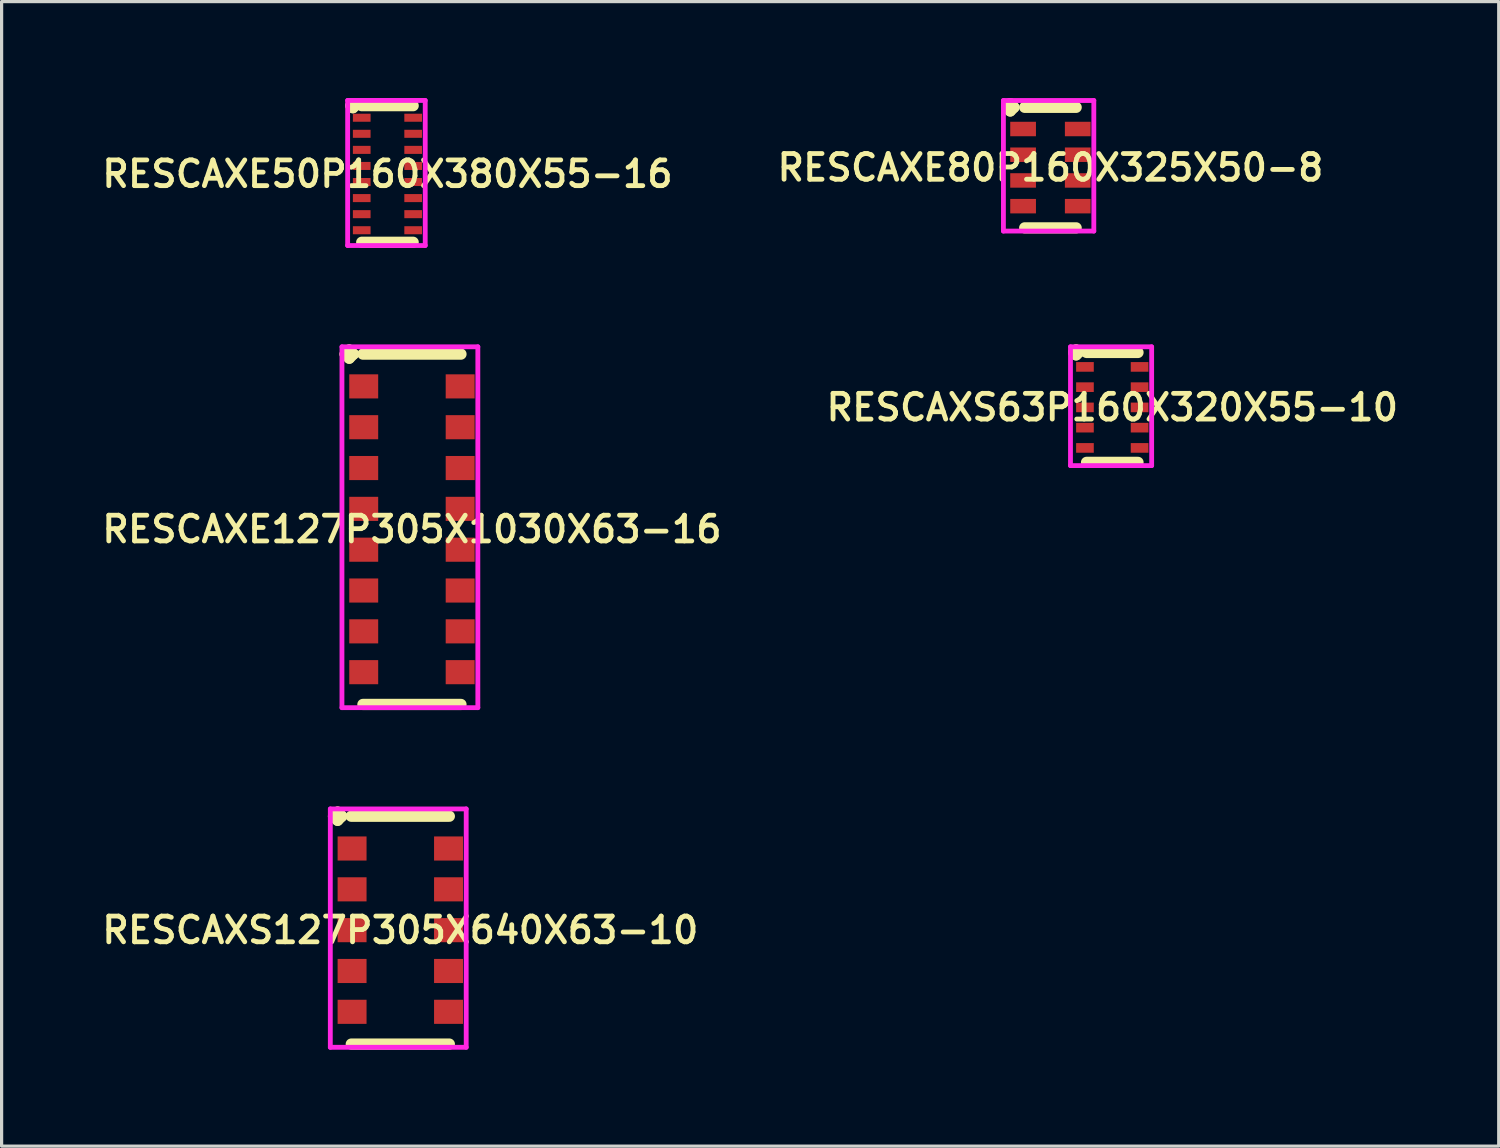
<source format=kicad_pcb>
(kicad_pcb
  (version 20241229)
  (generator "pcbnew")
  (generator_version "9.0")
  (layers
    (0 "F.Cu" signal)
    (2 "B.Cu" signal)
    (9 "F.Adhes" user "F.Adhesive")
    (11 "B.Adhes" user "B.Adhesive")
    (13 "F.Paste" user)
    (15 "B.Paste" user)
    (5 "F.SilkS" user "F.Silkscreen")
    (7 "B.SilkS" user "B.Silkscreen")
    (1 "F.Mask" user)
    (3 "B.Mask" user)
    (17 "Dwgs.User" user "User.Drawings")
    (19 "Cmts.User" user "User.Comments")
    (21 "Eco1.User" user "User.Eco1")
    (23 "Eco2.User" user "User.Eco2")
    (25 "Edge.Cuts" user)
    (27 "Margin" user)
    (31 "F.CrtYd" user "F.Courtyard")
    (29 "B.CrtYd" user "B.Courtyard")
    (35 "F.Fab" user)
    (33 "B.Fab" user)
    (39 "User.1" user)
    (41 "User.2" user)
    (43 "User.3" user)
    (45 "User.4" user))
  (footprint "RESCAXE127P305X1030X63-16"
    (layer "F.Cu")
    (at 9.764 13.414)
    (property "Reference" "RESCAXE127P305X1030X63-16" (at 0 0 0) (layer "F.SilkS") (effects (font (size 0.8 0.8) (thickness 0.15))))
    (attr smd)
    (fp_line (start -2.077 -5.449) (end -1.95 -5.576) (stroke (width 0.35) (type solid)) (layer "F.SilkS"))
    (fp_line (start -1.95 -5.576) (end -1.823 -5.449) (stroke (width 0.35) (type solid)) (layer "F.SilkS"))
    (fp_line (start -1.95 -5.322) (end -2.077 -5.449) (stroke (width 0.35) (type solid)) (layer "F.SilkS"))
    (fp_line (start -1.823 -5.449) (end -1.95 -5.322) (stroke (width 0.35) (type solid)) (layer "F.SilkS"))
    (fp_line (start -1.525 -5.449) (end 1.525 -5.449) (stroke (width 0.35) (type solid)) (layer "F.SilkS"))
    (fp_line (start -1.525 5.449) (end 1.525 5.449) (stroke (width 0.35) (type solid)) (layer "F.SilkS"))
    (fp_line (start -2.177 -5.676) (end 2.05 -5.676) (stroke (width 0.15) (type solid)) (layer "F.CrtYd"))
    (fp_line (start -2.177 5.549) (end -2.177 -5.676) (stroke (width 0.15) (type solid)) (layer "F.CrtYd"))
    (fp_line (start 2.05 -5.676) (end 2.05 5.549) (stroke (width 0.15) (type solid)) (layer "F.CrtYd"))
    (fp_line (start 2.05 5.549) (end -2.177 5.549) (stroke (width 0.15) (type solid)) (layer "F.CrtYd"))
    (pad "1" smd rect (at -1.5 -4.445) (size 0.9 0.75) (layers "F.Cu" "F.Mask" "F.Paste"))
    (pad "2" smd rect (at -1.5 -3.175) (size 0.9 0.75) (layers "F.Cu" "F.Mask" "F.Paste"))
    (pad "3" smd rect (at -1.5 -1.905) (size 0.9 0.75) (layers "F.Cu" "F.Mask" "F.Paste"))
    (pad "4" smd rect (at -1.5 -0.635) (size 0.9 0.75) (layers "F.Cu" "F.Mask" "F.Paste"))
    (pad "5" smd rect (at -1.5 0.635) (size 0.9 0.75) (layers "F.Cu" "F.Mask" "F.Paste"))
    (pad "6" smd rect (at -1.5 1.905) (size 0.9 0.75) (layers "F.Cu" "F.Mask" "F.Paste"))
    (pad "7" smd rect (at -1.5 3.175) (size 0.9 0.75) (layers "F.Cu" "F.Mask" "F.Paste"))
    (pad "8" smd rect (at -1.5 4.445) (size 0.9 0.75) (layers "F.Cu" "F.Mask" "F.Paste"))
    (pad "9" smd rect (at 1.5 4.445) (size 0.9 0.75) (layers "F.Cu" "F.Mask" "F.Paste"))
    (pad "10" smd rect (at 1.5 3.175) (size 0.9 0.75) (layers "F.Cu" "F.Mask" "F.Paste"))
    (pad "11" smd rect (at 1.5 1.905) (size 0.9 0.75) (layers "F.Cu" "F.Mask" "F.Paste"))
    (pad "12" smd rect (at 1.5 0.635) (size 0.9 0.75) (layers "F.Cu" "F.Mask" "F.Paste"))
    (pad "13" smd rect (at 1.5 -0.635) (size 0.9 0.75) (layers "F.Cu" "F.Mask" "F.Paste"))
    (pad "14" smd rect (at 1.5 -1.905) (size 0.9 0.75) (layers "F.Cu" "F.Mask" "F.Paste"))
    (pad "15" smd rect (at 1.5 -3.175) (size 0.9 0.75) (layers "F.Cu" "F.Mask" "F.Paste"))
    (pad "16" smd rect (at 1.5 -4.445) (size 0.9 0.75) (layers "F.Cu" "F.Mask" "F.Paste")))
  (footprint "RESCAXE80P160X325X50-8"
    (layer "F.Cu")
    (at 29.625 2.163)
    (property "Reference" "RESCAXE80P160X325X50-8" (at 0 0 0) (layer "F.SilkS") (effects (font (size 0.8 0.8) (thickness 0.15))))
    (attr smd)
    (fp_line (start -1.363 -1.875) (end -1.25 -1.988) (stroke (width 0.35) (type solid)) (layer "F.SilkS"))
    (fp_line (start -1.25 -1.988) (end -1.137 -1.875) (stroke (width 0.35) (type solid)) (layer "F.SilkS"))
    (fp_line (start -1.25 -1.762) (end -1.363 -1.875) (stroke (width 0.35) (type solid)) (layer "F.SilkS"))
    (fp_line (start -1.137 -1.875) (end -1.25 -1.762) (stroke (width 0.35) (type solid)) (layer "F.SilkS"))
    (fp_line (start -0.8 -1.875) (end 0.8 -1.875) (stroke (width 0.35) (type solid)) (layer "F.SilkS"))
    (fp_line (start -0.8 1.875) (end 0.8 1.875) (stroke (width 0.35) (type solid)) (layer "F.SilkS"))
    (fp_line (start -1.462 -2.087) (end 1.35 -2.087) (stroke (width 0.15) (type solid)) (layer "F.CrtYd"))
    (fp_line (start -1.462 1.975) (end -1.462 -2.087) (stroke (width 0.15) (type solid)) (layer "F.CrtYd"))
    (fp_line (start 1.35 -2.087) (end 1.35 1.975) (stroke (width 0.15) (type solid)) (layer "F.CrtYd"))
    (fp_line (start 1.35 1.975) (end -1.462 1.975) (stroke (width 0.15) (type solid)) (layer "F.CrtYd"))
    (pad "1" smd rect (at -0.85 -1.2) (size 0.8 0.45) (layers "F.Cu" "F.Mask" "F.Paste"))
    (pad "2" smd rect (at -0.85 -0.4) (size 0.8 0.45) (layers "F.Cu" "F.Mask" "F.Paste"))
    (pad "3" smd rect (at -0.85 0.4) (size 0.8 0.45) (layers "F.Cu" "F.Mask" "F.Paste"))
    (pad "4" smd rect (at -0.85 1.2) (size 0.8 0.45) (layers "F.Cu" "F.Mask" "F.Paste"))
    (pad "5" smd rect (at 0.85 1.2) (size 0.8 0.45) (layers "F.Cu" "F.Mask" "F.Paste"))
    (pad "6" smd rect (at 0.85 0.4) (size 0.8 0.45) (layers "F.Cu" "F.Mask" "F.Paste"))
    (pad "7" smd rect (at 0.85 -0.4) (size 0.8 0.45) (layers "F.Cu" "F.Mask" "F.Paste"))
    (pad "8" smd rect (at 0.85 -1.2) (size 0.8 0.45) (layers "F.Cu" "F.Mask" "F.Paste")))
  (footprint "RESCAXS127P305X640X63-10"
    (layer "F.Cu")
    (at 9.402 25.884)
    (property "Reference" "RESCAXS127P305X640X63-10" (at 0 0 0) (layer "F.SilkS") (effects (font (size 0.8 0.8) (thickness 0.15))))
    (attr smd)
    (fp_line (start -2.077 -3.544) (end -1.95 -3.671) (stroke (width 0.35) (type solid)) (layer "F.SilkS"))
    (fp_line (start -1.95 -3.671) (end -1.823 -3.544) (stroke (width 0.35) (type solid)) (layer "F.SilkS"))
    (fp_line (start -1.95 -3.417) (end -2.077 -3.544) (stroke (width 0.35) (type solid)) (layer "F.SilkS"))
    (fp_line (start -1.823 -3.544) (end -1.95 -3.417) (stroke (width 0.35) (type solid)) (layer "F.SilkS"))
    (fp_line (start -1.525 -3.544) (end 1.525 -3.544) (stroke (width 0.35) (type solid)) (layer "F.SilkS"))
    (fp_line (start -1.525 3.544) (end 1.525 3.544) (stroke (width 0.35) (type solid)) (layer "F.SilkS"))
    (fp_line (start -2.177 -3.771) (end 2.05 -3.771) (stroke (width 0.15) (type solid)) (layer "F.CrtYd"))
    (fp_line (start -2.177 3.644) (end -2.177 -3.771) (stroke (width 0.15) (type solid)) (layer "F.CrtYd"))
    (fp_line (start 2.05 -3.771) (end 2.05 3.644) (stroke (width 0.15) (type solid)) (layer "F.CrtYd"))
    (fp_line (start 2.05 3.644) (end -2.177 3.644) (stroke (width 0.15) (type solid)) (layer "F.CrtYd"))
    (pad "1" smd rect (at -1.5 -2.54) (size 0.9 0.75) (layers "F.Cu" "F.Mask" "F.Paste"))
    (pad "2" smd rect (at -1.5 -1.27) (size 0.9 0.75) (layers "F.Cu" "F.Mask" "F.Paste"))
    (pad "3" smd rect (at -1.5 0) (size 0.9 0.75) (layers "F.Cu" "F.Mask" "F.Paste"))
    (pad "4" smd rect (at -1.5 1.27) (size 0.9 0.75) (layers "F.Cu" "F.Mask" "F.Paste"))
    (pad "5" smd rect (at -1.5 2.54) (size 0.9 0.75) (layers "F.Cu" "F.Mask" "F.Paste"))
    (pad "6" smd rect (at 1.5 2.54) (size 0.9 0.75) (layers "F.Cu" "F.Mask" "F.Paste"))
    (pad "7" smd rect (at 1.5 1.27) (size 0.9 0.75) (layers "F.Cu" "F.Mask" "F.Paste"))
    (pad "8" smd rect (at 1.5 0) (size 0.9 0.75) (layers "F.Cu" "F.Mask" "F.Paste"))
    (pad "9" smd rect (at 1.5 -1.27) (size 0.9 0.75) (layers "F.Cu" "F.Mask" "F.Paste"))
    (pad "10" smd rect (at 1.5 -2.54) (size 0.9 0.75) (layers "F.Cu" "F.Mask" "F.Paste")))
  (footprint "RESCAXE50P160X380X55-16"
    (layer "F.Cu")
    (at 9.002 2.362)
    (property "Reference" "RESCAXE50P160X380X55-16" (at 0 0 0) (layer "F.SilkS") (effects (font (size 0.8 0.8) (thickness 0.15))))
    (attr smd)
    (fp_line (start -1.137 -2.125) (end -1.075 -2.188) (stroke (width 0.35) (type solid)) (layer "F.SilkS"))
    (fp_line (start -1.075 -2.188) (end -1.012 -2.125) (stroke (width 0.35) (type solid)) (layer "F.SilkS"))
    (fp_line (start -1.075 -2.062) (end -1.137 -2.125) (stroke (width 0.35) (type solid)) (layer "F.SilkS"))
    (fp_line (start -1.012 -2.125) (end -1.075 -2.062) (stroke (width 0.35) (type solid)) (layer "F.SilkS"))
    (fp_line (start -0.8 -2.125) (end 0.8 -2.125) (stroke (width 0.35) (type solid)) (layer "F.SilkS"))
    (fp_line (start -0.8 2.125) (end 0.8 2.125) (stroke (width 0.35) (type solid)) (layer "F.SilkS"))
    (fp_line (start -1.238 -2.288) (end 1.175 -2.288) (stroke (width 0.15) (type solid)) (layer "F.CrtYd"))
    (fp_line (start -1.238 2.225) (end -1.238 -2.288) (stroke (width 0.15) (type solid)) (layer "F.CrtYd"))
    (fp_line (start 1.175 -2.288) (end 1.175 2.225) (stroke (width 0.15) (type solid)) (layer "F.CrtYd"))
    (fp_line (start 1.175 2.225) (end -1.238 2.225) (stroke (width 0.15) (type solid)) (layer "F.CrtYd"))
    (pad "1" smd rect (at -0.8 -1.75) (size 0.55 0.25) (layers "F.Cu" "F.Mask" "F.Paste"))
    (pad "2" smd rect (at -0.8 -1.25) (size 0.55 0.25) (layers "F.Cu" "F.Mask" "F.Paste"))
    (pad "3" smd rect (at -0.8 -0.75) (size 0.55 0.25) (layers "F.Cu" "F.Mask" "F.Paste"))
    (pad "4" smd rect (at -0.8 -0.25) (size 0.55 0.25) (layers "F.Cu" "F.Mask" "F.Paste"))
    (pad "5" smd rect (at -0.8 0.25) (size 0.55 0.25) (layers "F.Cu" "F.Mask" "F.Paste"))
    (pad "6" smd rect (at -0.8 0.75) (size 0.55 0.25) (layers "F.Cu" "F.Mask" "F.Paste"))
    (pad "7" smd rect (at -0.8 1.25) (size 0.55 0.25) (layers "F.Cu" "F.Mask" "F.Paste"))
    (pad "8" smd rect (at -0.8 1.75) (size 0.55 0.25) (layers "F.Cu" "F.Mask" "F.Paste"))
    (pad "9" smd rect (at 0.8 1.75) (size 0.55 0.25) (layers "F.Cu" "F.Mask" "F.Paste"))
    (pad "10" smd rect (at 0.8 1.25) (size 0.55 0.25) (layers "F.Cu" "F.Mask" "F.Paste"))
    (pad "11" smd rect (at 0.8 0.75) (size 0.55 0.25) (layers "F.Cu" "F.Mask" "F.Paste"))
    (pad "12" smd rect (at 0.8 0.25) (size 0.55 0.25) (layers "F.Cu" "F.Mask" "F.Paste"))
    (pad "13" smd rect (at 0.8 -0.25) (size 0.55 0.25) (layers "F.Cu" "F.Mask" "F.Paste"))
    (pad "14" smd rect (at 0.8 -0.75) (size 0.55 0.25) (layers "F.Cu" "F.Mask" "F.Paste"))
    (pad "15" smd rect (at 0.8 -1.25) (size 0.55 0.25) (layers "F.Cu" "F.Mask" "F.Paste"))
    (pad "16" smd rect (at 0.8 -1.75) (size 0.55 0.25) (layers "F.Cu" "F.Mask" "F.Paste")))
  (footprint "RESCAXS63P160X320X55-10"
    (layer "F.Cu")
    (at 31.549 9.623)
    (property "Reference" "RESCAXS63P160X320X55-10" (at 0 0 0) (layer "F.SilkS") (effects (font (size 0.8 0.8) (thickness 0.15))))
    (attr smd)
    (fp_line (start -1.2 -1.71) (end -1.125 -1.785) (stroke (width 0.35) (type solid)) (layer "F.SilkS"))
    (fp_line (start -1.125 -1.785) (end -1.05 -1.71) (stroke (width 0.35) (type solid)) (layer "F.SilkS"))
    (fp_line (start -1.125 -1.635) (end -1.2 -1.71) (stroke (width 0.35) (type solid)) (layer "F.SilkS"))
    (fp_line (start -1.05 -1.71) (end -1.125 -1.635) (stroke (width 0.35) (type solid)) (layer "F.SilkS"))
    (fp_line (start -0.8 -1.71) (end 0.8 -1.71) (stroke (width 0.35) (type solid)) (layer "F.SilkS"))
    (fp_line (start -0.8 1.71) (end 0.8 1.71) (stroke (width 0.35) (type solid)) (layer "F.SilkS"))
    (fp_line (start -1.3 -1.885) (end 1.225 -1.885) (stroke (width 0.15) (type solid)) (layer "F.CrtYd"))
    (fp_line (start -1.3 1.81) (end -1.3 -1.885) (stroke (width 0.15) (type solid)) (layer "F.CrtYd"))
    (fp_line (start 1.225 -1.885) (end 1.225 1.81) (stroke (width 0.15) (type solid)) (layer "F.CrtYd"))
    (fp_line (start 1.225 1.81) (end -1.3 1.81) (stroke (width 0.15) (type solid)) (layer "F.CrtYd"))
    (pad "1" smd rect (at -0.85 -1.26) (size 0.55 0.3) (layers "F.Cu" "F.Mask" "F.Paste"))
    (pad "2" smd rect (at -0.85 -0.63) (size 0.55 0.3) (layers "F.Cu" "F.Mask" "F.Paste"))
    (pad "3" smd rect (at -0.85 0) (size 0.55 0.3) (layers "F.Cu" "F.Mask" "F.Paste"))
    (pad "4" smd rect (at -0.85 0.63) (size 0.55 0.3) (layers "F.Cu" "F.Mask" "F.Paste"))
    (pad "5" smd rect (at -0.85 1.26) (size 0.55 0.3) (layers "F.Cu" "F.Mask" "F.Paste"))
    (pad "6" smd rect (at 0.85 1.26) (size 0.55 0.3) (layers "F.Cu" "F.Mask" "F.Paste"))
    (pad "7" smd rect (at 0.85 0.63) (size 0.55 0.3) (layers "F.Cu" "F.Mask" "F.Paste"))
    (pad "8" smd rect (at 0.85 0) (size 0.55 0.3) (layers "F.Cu" "F.Mask" "F.Paste"))
    (pad "9" smd rect (at 0.85 -0.63) (size 0.55 0.3) (layers "F.Cu" "F.Mask" "F.Paste"))
    (pad "10" smd rect (at 0.85 -1.26) (size 0.55 0.3) (layers "F.Cu" "F.Mask" "F.Paste")))
  (gr_rect
    (start -3 -3)
    (end 43.57 32.602)
    (stroke (width 0.1) (type default))
    (fill no)
    (layer "Edge.Cuts")))
</source>
